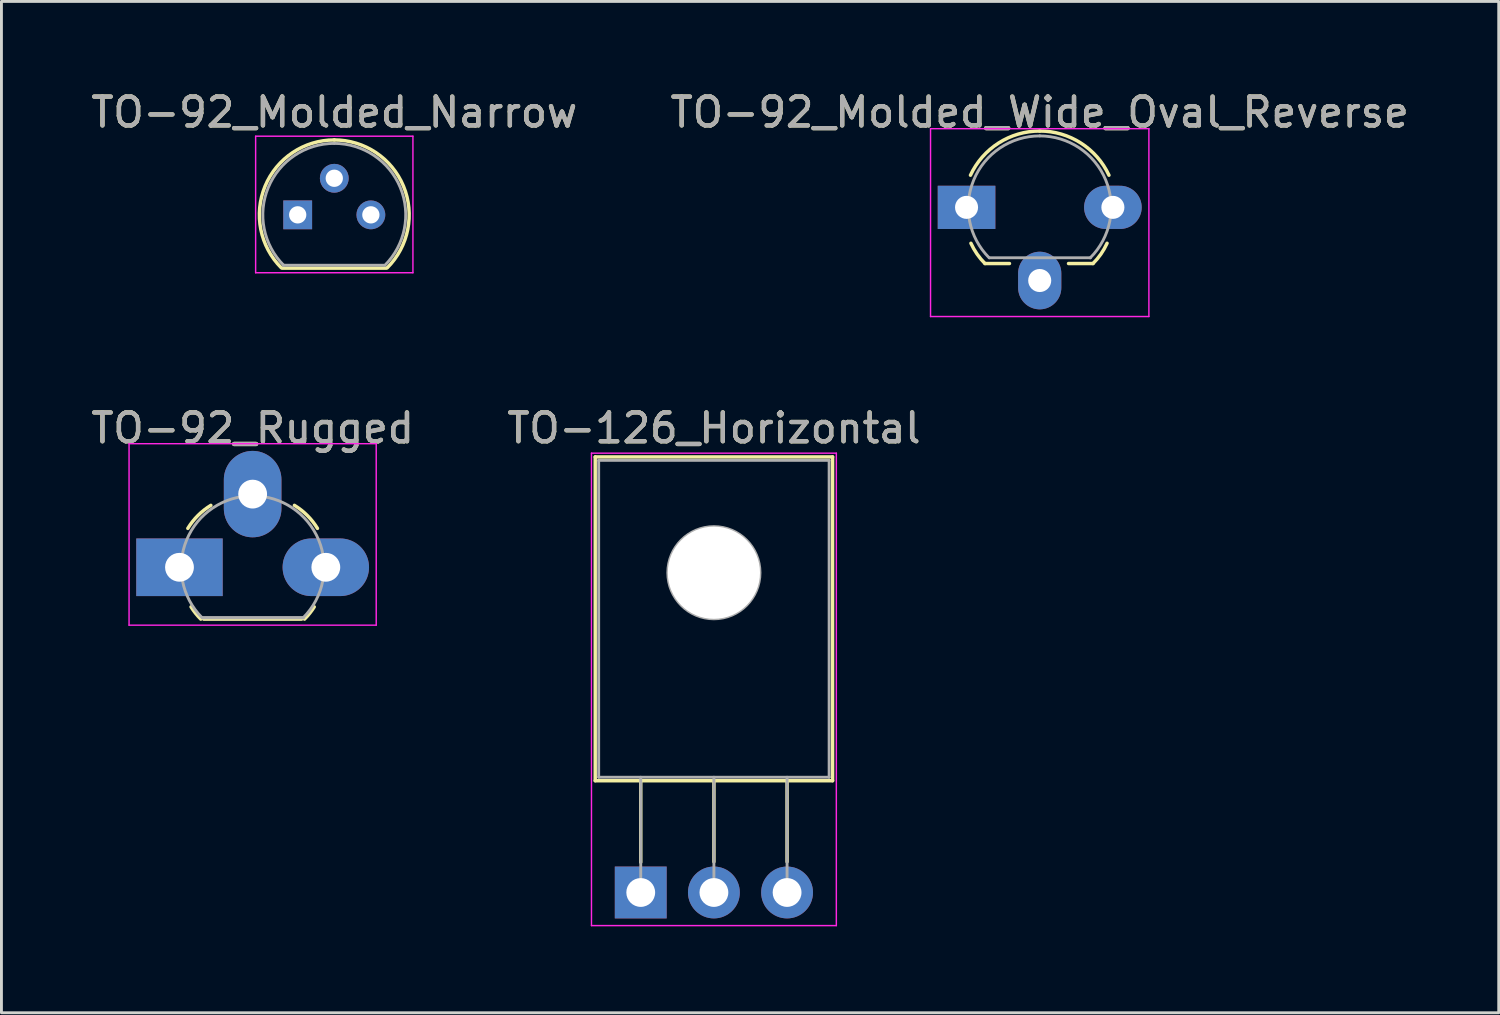
<source format=kicad_pcb>
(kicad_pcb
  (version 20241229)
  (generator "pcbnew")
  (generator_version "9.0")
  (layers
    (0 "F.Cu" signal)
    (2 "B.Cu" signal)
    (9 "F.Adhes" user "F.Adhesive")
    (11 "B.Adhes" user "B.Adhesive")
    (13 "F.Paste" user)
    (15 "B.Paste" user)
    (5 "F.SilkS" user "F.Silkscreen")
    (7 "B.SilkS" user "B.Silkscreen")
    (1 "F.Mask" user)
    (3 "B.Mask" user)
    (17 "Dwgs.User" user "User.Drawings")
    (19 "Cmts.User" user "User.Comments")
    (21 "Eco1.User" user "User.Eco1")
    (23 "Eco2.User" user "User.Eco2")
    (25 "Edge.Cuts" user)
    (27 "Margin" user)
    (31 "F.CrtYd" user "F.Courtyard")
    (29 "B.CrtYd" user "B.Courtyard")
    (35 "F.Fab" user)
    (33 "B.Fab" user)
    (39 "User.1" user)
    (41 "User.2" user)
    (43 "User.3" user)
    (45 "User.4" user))
  (footprint "TO-92_Rugged"
    (layer "F.Cu")
    (at 3.18 16.642)
    (property "Reference" "TO-92_Rugged" (at 2.54 -4.83 0) (layer "F.SilkS") (effects (font (size 1 1) (thickness 0.15))))
    (attr through_hole)
    (fp_line (start 0.84 1.8) (end 4.24 1.8) (stroke (width 0.12) (type solid)) (layer "F.SilkS"))
    (fp_arc (start 0.29 -1.35) (mid 0.642148 -1.797734) (end 1.089857 -2.149913) (stroke (width 0.12) (type solid)) (layer "F.SilkS"))
    (fp_arc (start 0.74 1.8) (mid 0.558613 1.596791) (end 0.401376 1.374368) (stroke (width 0.12) (type solid)) (layer "F.SilkS"))
    (fp_arc (start 3.990143 -2.149913) (mid 4.437852 -1.797734) (end 4.79 -1.35) (stroke (width 0.12) (type solid)) (layer "F.SilkS"))
    (fp_arc (start 4.678624 1.374368) (mid 4.521387 1.596791) (end 4.34 1.8) (stroke (width 0.12) (type solid)) (layer "F.SilkS"))
    (fp_line (start -1.75 -4.29) (end -1.75 2.01) (stroke (width 0.05) (type solid)) (layer "F.CrtYd"))
    (fp_line (start -1.75 -4.29) (end 6.83 -4.29) (stroke (width 0.05) (type solid)) (layer "F.CrtYd"))
    (fp_line (start 6.83 2.01) (end -1.75 2.01) (stroke (width 0.05) (type solid)) (layer "F.CrtYd"))
    (fp_line (start 6.83 2.01) (end 6.83 -4.29) (stroke (width 0.05) (type solid)) (layer "F.CrtYd"))
    (fp_line (start 0.8 1.75) (end 4.3 1.75) (stroke (width 0.1) (type solid)) (layer "F.Fab"))
    (fp_line (start 0.8 1.75) (end 4.3 1.75) (stroke (width 0.1) (type solid)) (layer "F.Fab"))
    (fp_arc (start 0.786375 1.753625) (mid 0.248779 -0.949055) (end 2.54 -2.48) (stroke (width 0.1) (type solid)) (layer "F.Fab"))
    (fp_arc (start 2.54 -2.48) (mid 4.831221 -0.949055) (end 4.293625 1.753625) (stroke (width 0.1) (type solid)) (layer "F.Fab"))
    (fp_text user "${REFERENCE}" (at 2.54 -4.83 0) (layer "F.Fab") (effects (font (size 1 1) (thickness 0.15))))
    (pad "1" thru_hole rect (at 0 0 90) (size 2 3) (drill 1) (layers "*.Cu" "*.Mask"))
    (pad "2" thru_hole oval (at 2.54 -2.54 90) (size 3 2) (drill 1) (layers "*.Cu" "*.Mask"))
    (pad "3" thru_hole oval (at 5.08 0 90) (size 2 3) (drill 1) (layers "*.Cu" "*.Mask")))
  (footprint "TO-92_Molded_Narrow"
    (layer "F.Cu")
    (at 7.284 4.408)
    (property "Reference" "TO-92_Molded_Narrow" (at 1.27 -3.56 0) (layer "F.SilkS") (effects (font (size 1 1) (thickness 0.15))))
    (attr through_hole)
    (fp_line (start -0.53 1.85) (end 3.07 1.85) (stroke (width 0.12) (type solid)) (layer "F.SilkS"))
    (fp_arc (start -0.568478 1.838478) (mid -1.132087 -0.994977) (end 1.27 -2.6) (stroke (width 0.12) (type solid)) (layer "F.SilkS"))
    (fp_arc (start 1.27 -2.6) (mid 3.672087 -0.994977) (end 3.108478 1.838478) (stroke (width 0.12) (type solid)) (layer "F.SilkS"))
    (fp_line (start -1.46 -2.73) (end -1.46 2.01) (stroke (width 0.05) (type solid)) (layer "F.CrtYd"))
    (fp_line (start -1.46 -2.73) (end 4 -2.73) (stroke (width 0.05) (type solid)) (layer "F.CrtYd"))
    (fp_line (start 4 2.01) (end -1.46 2.01) (stroke (width 0.05) (type solid)) (layer "F.CrtYd"))
    (fp_line (start 4 2.01) (end 4 -2.73) (stroke (width 0.05) (type solid)) (layer "F.CrtYd"))
    (fp_line (start -0.5 1.75) (end 3 1.75) (stroke (width 0.1) (type solid)) (layer "F.Fab"))
    (fp_arc (start -0.483625 1.753625) (mid -1.021221 -0.949055) (end 1.27 -2.48) (stroke (width 0.1) (type solid)) (layer "F.Fab"))
    (fp_arc (start 1.27 -2.48) (mid 3.561221 -0.949055) (end 3.023625 1.753625) (stroke (width 0.1) (type solid)) (layer "F.Fab"))
    (fp_text user "${REFERENCE}" (at 1.27 -3.56 0) (layer "F.Fab") (effects (font (size 1 1) (thickness 0.15))))
    (pad "1" thru_hole rect (at 0 0 90) (size 1 1) (drill 0.6) (layers "*.Cu" "*.Mask"))
    (pad "2" thru_hole circle (at 1.27 -1.27 90) (size 1 1) (drill 0.6) (layers "*.Cu" "*.Mask"))
    (pad "3" thru_hole circle (at 2.54 0 90) (size 1 1) (drill 0.6) (layers "*.Cu" "*.Mask")))
  (footprint "TO-126_Horizontal"
    (layer "F.Cu")
    (at 19.192 27.931)
    (property "Reference" "TO-126_Horizontal" (at 2.54 -16.12 0) (layer "F.SilkS") (effects (font (size 1 1) (thickness 0.15))))
    (attr through_hole)
    (fp_line (start -1.58 -15.12) (end -1.58 -3.88) (stroke (width 0.12) (type solid)) (layer "F.SilkS"))
    (fp_line (start -1.58 -15.12) (end 6.66 -15.12) (stroke (width 0.12) (type solid)) (layer "F.SilkS"))
    (fp_line (start -1.58 -3.88) (end 6.66 -3.88) (stroke (width 0.12) (type solid)) (layer "F.SilkS"))
    (fp_line (start 0 -3.88) (end 0 -1.05) (stroke (width 0.12) (type solid)) (layer "F.SilkS"))
    (fp_line (start 2.54 -3.88) (end 2.54 -1.066) (stroke (width 0.12) (type solid)) (layer "F.SilkS"))
    (fp_line (start 5.08 -3.88) (end 5.08 -1.066) (stroke (width 0.12) (type solid)) (layer "F.SilkS"))
    (fp_line (start 6.66 -15.12) (end 6.66 -3.88) (stroke (width 0.12) (type solid)) (layer "F.SilkS"))
    (fp_line (start -1.71 -15.25) (end -1.71 1.15) (stroke (width 0.05) (type solid)) (layer "F.CrtYd"))
    (fp_line (start -1.71 1.15) (end 6.79 1.15) (stroke (width 0.05) (type solid)) (layer "F.CrtYd"))
    (fp_line (start 6.79 -15.25) (end -1.71 -15.25) (stroke (width 0.05) (type solid)) (layer "F.CrtYd"))
    (fp_line (start 6.79 1.15) (end 6.79 -15.25) (stroke (width 0.05) (type solid)) (layer "F.CrtYd"))
    (fp_line (start -1.46 -15) (end 6.54 -15) (stroke (width 0.1) (type solid)) (layer "F.Fab"))
    (fp_line (start -1.46 -4) (end -1.46 -15) (stroke (width 0.1) (type solid)) (layer "F.Fab"))
    (fp_line (start 0 -4) (end 0 0) (stroke (width 0.1) (type solid)) (layer "F.Fab"))
    (fp_line (start 2.54 -4) (end 2.54 0) (stroke (width 0.1) (type solid)) (layer "F.Fab"))
    (fp_line (start 5.08 -4) (end 5.08 0) (stroke (width 0.1) (type solid)) (layer "F.Fab"))
    (fp_line (start 6.54 -15) (end 6.54 -4) (stroke (width 0.1) (type solid)) (layer "F.Fab"))
    (fp_line (start 6.54 -4) (end -1.46 -4) (stroke (width 0.1) (type solid)) (layer "F.Fab"))
    (fp_circle (center 2.54 -11.1) (end 4.14 -11.1) (stroke (width 0.1) (type solid)) (fill no) (layer "F.Fab"))
    (fp_text user "${REFERENCE}" (at 2.54 -16.12 0) (layer "F.Fab") (effects (font (size 1 1) (thickness 0.15))))
    (pad "" np_thru_hole oval (at 2.54 -11.1) (size 3.2 3.2) (drill 3.2) (layers "*.Cu" "*.Mask"))
    (pad "1" thru_hole rect (at 0 0) (size 1.8 1.8) (drill 1) (layers "*.Cu" "*.Mask"))
    (pad "2" thru_hole oval (at 2.54 0) (size 1.8 1.8) (drill 1) (layers "*.Cu" "*.Mask"))
    (pad "3" thru_hole oval (at 5.08 0) (size 1.8 1.8) (drill 1) (layers "*.Cu" "*.Mask")))
  (footprint "TO-92_Molded_Wide_Oval_Reverse"
    (layer "F.Cu")
    (at 30.502 4.148)
    (property "Reference" "TO-92_Molded_Wide_Oval_Reverse" (at 2.54 -3.3 0) (layer "F.SilkS") (effects (font (size 1 1) (thickness 0.15))))
    (attr through_hole)
    (fp_line (start 0.64 1.95) (end 1.49 1.95) (stroke (width 0.12) (type solid)) (layer "F.SilkS"))
    (fp_line (start 3.54 1.95) (end 4.39 1.95) (stroke (width 0.12) (type solid)) (layer "F.SilkS"))
    (fp_arc (start 0.136333 -1.115745) (mid 1.114206 -2.233744) (end 2.54 -2.65) (stroke (width 0.12) (type solid)) (layer "F.SilkS"))
    (fp_arc (start 0.64 1.95) (mid 0.364627 1.620365) (end 0.152305 1.24699) (stroke (width 0.12) (type solid)) (layer "F.SilkS"))
    (fp_arc (start 2.54 -2.65) (mid 3.965794 -2.233744) (end 4.943667 -1.115745) (stroke (width 0.12) (type solid)) (layer "F.SilkS"))
    (fp_arc (start 4.877695 1.24699) (mid 4.665373 1.620365) (end 4.39 1.95) (stroke (width 0.12) (type solid)) (layer "F.SilkS"))
    (fp_line (start -1.25 -2.73) (end -1.25 3.79) (stroke (width 0.05) (type solid)) (layer "F.CrtYd"))
    (fp_line (start -1.25 -2.73) (end 6.33 -2.73) (stroke (width 0.05) (type solid)) (layer "F.CrtYd"))
    (fp_line (start 6.33 3.79) (end -1.25 3.79) (stroke (width 0.05) (type solid)) (layer "F.CrtYd"))
    (fp_line (start 6.33 3.79) (end 6.33 -2.73) (stroke (width 0.05) (type solid)) (layer "F.CrtYd"))
    (fp_line (start 0.8 1.75) (end 4.3 1.75) (stroke (width 0.1) (type solid)) (layer "F.Fab"))
    (fp_arc (start 0.786375 1.753625) (mid 0.248779 -0.949055) (end 2.54 -2.48) (stroke (width 0.1) (type solid)) (layer "F.Fab"))
    (fp_arc (start 2.54 -2.48) (mid 4.831221 -0.949055) (end 4.293625 1.753625) (stroke (width 0.1) (type solid)) (layer "F.Fab"))
    (fp_text user "${REFERENCE}" (at 2.54 -3.3 0) (layer "F.Fab") (effects (font (size 1 1) (thickness 0.15))))
    (pad "1" thru_hole rect (at 0 0 90) (size 1.5 2) (drill 0.8) (layers "*.Cu" "*.Mask"))
    (pad "2" thru_hole oval (at 2.54 2.54 90) (size 2 1.5) (drill 0.8) (layers "*.Cu" "*.Mask"))
    (pad "3" thru_hole oval (at 5.08 0 90) (size 1.5 2) (drill 0.8) (layers "*.Cu" "*.Mask")))
  (gr_rect
    (start -3 -3)
    (end 48.976 32.106)
    (stroke (width 0.1) (type default))
    (fill no)
    (layer "Edge.Cuts")))
</source>
